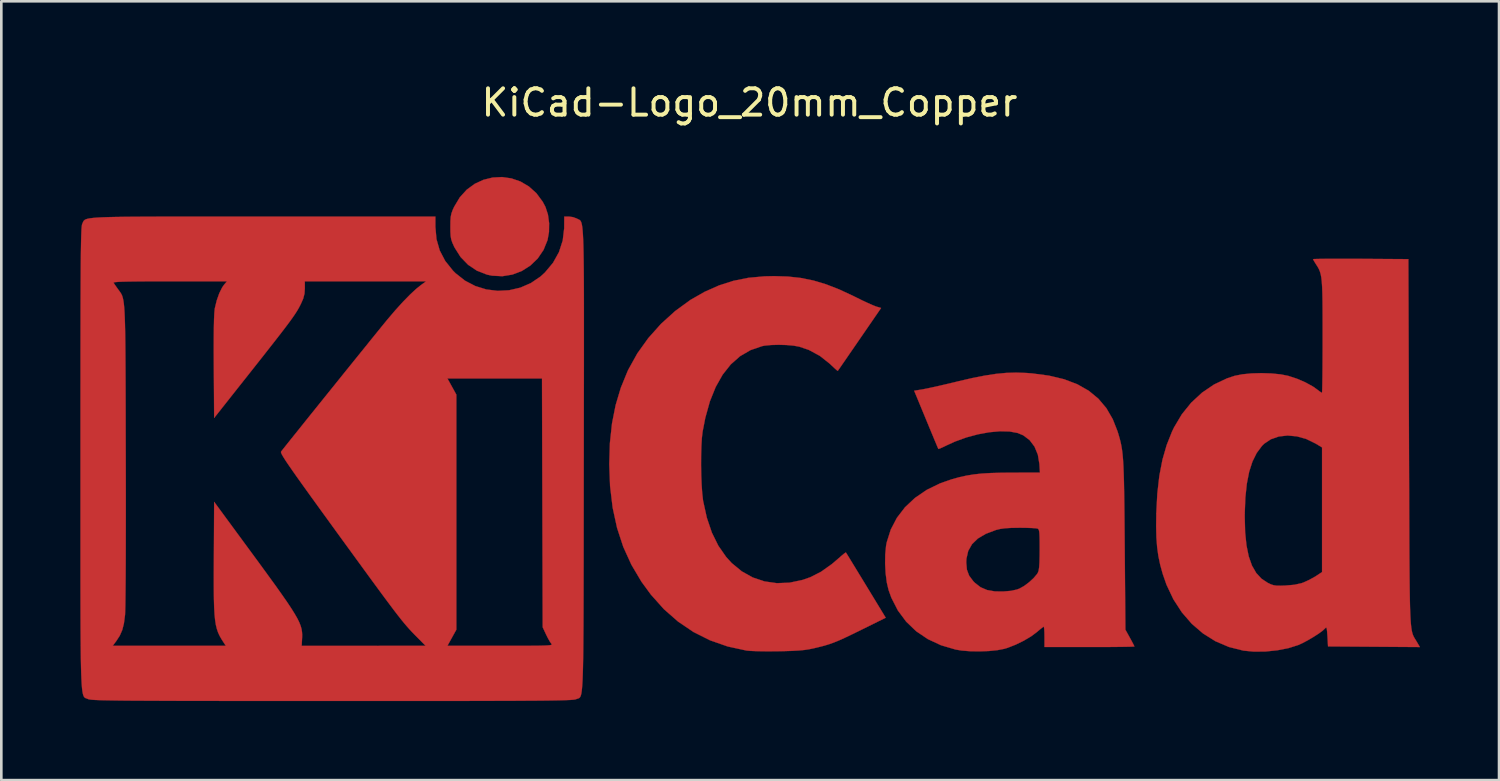
<source format=kicad_pcb>
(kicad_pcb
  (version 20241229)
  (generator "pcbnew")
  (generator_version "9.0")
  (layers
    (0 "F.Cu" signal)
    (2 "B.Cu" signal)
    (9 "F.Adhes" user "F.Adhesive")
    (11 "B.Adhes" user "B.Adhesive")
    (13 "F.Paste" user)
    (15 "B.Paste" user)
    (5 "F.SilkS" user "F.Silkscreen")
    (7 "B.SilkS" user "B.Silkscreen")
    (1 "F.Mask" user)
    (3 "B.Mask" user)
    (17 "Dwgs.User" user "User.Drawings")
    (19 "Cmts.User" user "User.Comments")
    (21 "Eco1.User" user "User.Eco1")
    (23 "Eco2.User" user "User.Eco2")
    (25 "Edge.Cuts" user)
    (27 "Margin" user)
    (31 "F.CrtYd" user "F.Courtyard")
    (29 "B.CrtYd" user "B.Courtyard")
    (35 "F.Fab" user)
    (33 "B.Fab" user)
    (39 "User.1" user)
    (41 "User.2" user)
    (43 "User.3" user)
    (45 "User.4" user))
  (footprint "KiCad-Logo_20mm_Copper"
    (layer "F.Cu")
    (at 25.405 13.548)
    (property "Reference" "KiCad-Logo_20mm_Copper" (at 0 -12.7 0) (layer "F.SilkS") (effects (font (size 1 1) (thickness 0.15))))
    (attr exclude_from_pos_files exclude_from_bom allow_missing_courtyard)
    (fp_poly (pts (xy -9.038 -9.825) (xy -8.696 -9.707) (xy -8.378 -9.52) (xy -8.094 -9.266) (xy -7.854 -8.943) (xy -7.746 -8.74) (xy -7.653 -8.455) (xy -7.608 -8.127) (xy -7.613 -7.79) (xy -7.668 -7.484) (xy -7.82 -7.11) (xy -8.04 -6.786) (xy -8.318 -6.518) (xy -8.641 -6.312) (xy -8.999 -6.175) (xy -9.381 -6.112) (xy -9.775 -6.132) (xy -9.969 -6.173) (xy -10.347 -6.32) (xy -10.683 -6.545) (xy -10.969 -6.84) (xy -11.196 -7.198) (xy -11.216 -7.238) (xy -11.282 -7.385) (xy -11.324 -7.508) (xy -11.346 -7.639) (xy -11.356 -7.807) (xy -11.357 -7.989) (xy -11.355 -8.208) (xy -11.343 -8.366) (xy -11.317 -8.494) (xy -11.271 -8.622) (xy -11.213 -8.748) (xy -10.999 -9.106) (xy -10.735 -9.397) (xy -10.432 -9.619) (xy -10.101 -9.772) (xy -9.751 -9.858) (xy -9.393 -9.876) (xy -9.038 -9.825)) (stroke (width 0.01) (type solid)) (fill yes) (layer "F.Cu"))
    (fp_poly (pts (xy 1.459 -6.099) (xy 1.95 -6.045) (xy 2.425 -5.949) (xy 2.905 -5.805) (xy 3.408 -5.609) (xy 3.953 -5.355) (xy 4.052 -5.306) (xy 4.277 -5.195) (xy 4.49 -5.095) (xy 4.669 -5.016) (xy 4.793 -4.966) (xy 4.812 -4.96) (xy 4.995 -4.905) (xy 4.177 -3.716) (xy 3.977 -3.425) (xy 3.794 -3.16) (xy 3.635 -2.928) (xy 3.505 -2.74) (xy 3.411 -2.604) (xy 3.359 -2.529) (xy 3.35 -2.517) (xy 3.316 -2.541) (xy 3.231 -2.616) (xy 3.112 -2.727) (xy 3.046 -2.79) (xy 2.671 -3.087) (xy 2.251 -3.314) (xy 1.889 -3.437) (xy 1.672 -3.476) (xy 1.399 -3.5) (xy 1.105 -3.508) (xy 0.819 -3.5) (xy 0.574 -3.476) (xy 0.477 -3.457) (xy 0.037 -3.306) (xy -0.359 -3.075) (xy -0.712 -2.764) (xy -1.02 -2.375) (xy -1.284 -1.907) (xy -1.504 -1.362) (xy -1.678 -0.738) (xy -1.782 -0.205) (xy -1.809 0.031) (xy -1.827 0.335) (xy -1.837 0.686) (xy -1.839 1.062) (xy -1.833 1.442) (xy -1.818 1.802) (xy -1.796 2.122) (xy -1.767 2.38) (xy -1.761 2.42) (xy -1.62 3.06) (xy -1.428 3.626) (xy -1.183 4.122) (xy -0.885 4.549) (xy -0.674 4.78) (xy -0.294 5.093) (xy 0.122 5.325) (xy 0.569 5.475) (xy 1.038 5.542) (xy 1.522 5.523) (xy 2.016 5.418) (xy 2.307 5.316) (xy 2.711 5.111) (xy 3.127 4.816) (xy 3.36 4.617) (xy 3.491 4.502) (xy 3.593 4.418) (xy 3.652 4.377) (xy 3.659 4.376) (xy 3.685 4.417) (xy 3.753 4.527) (xy 3.856 4.696) (xy 3.99 4.915) (xy 4.147 5.173) (xy 4.324 5.462) (xy 4.422 5.623) (xy 5.171 6.854) (xy 4.236 7.316) (xy 3.897 7.482) (xy 3.623 7.613) (xy 3.397 7.715) (xy 3.201 7.795) (xy 3.019 7.86) (xy 2.835 7.916) (xy 2.631 7.968) (xy 2.435 8.015) (xy 2.261 8.051) (xy 2.08 8.078) (xy 1.872 8.098) (xy 1.62 8.112) (xy 1.305 8.122) (xy 1.092 8.126) (xy 0.79 8.129) (xy 0.499 8.128) (xy 0.241 8.122) (xy 0.033 8.113) (xy -0.105 8.101) (xy -0.113 8.1) (xy -0.828 7.945) (xy -1.499 7.711) (xy -2.127 7.396) (xy -2.71 7.002) (xy -3.25 6.529) (xy -3.744 5.976) (xy -4.103 5.485) (xy -4.484 4.842) (xy -4.793 4.163) (xy -5.029 3.443) (xy -5.196 2.675) (xy -5.294 1.855) (xy -5.325 1.023) (xy -5.3 0.218) (xy -5.22 -0.525) (xy -5.083 -1.218) (xy -4.887 -1.874) (xy -4.629 -2.506) (xy -4.598 -2.571) (xy -4.258 -3.183) (xy -3.841 -3.764) (xy -3.358 -4.305) (xy -2.821 -4.791) (xy -2.243 -5.212) (xy -1.703 -5.52) (xy -1.158 -5.762) (xy -0.613 -5.937) (xy -0.044 -6.051) (xy 0.567 -6.107) (xy 0.933 -6.115) (xy 1.459 -6.099)) (stroke (width 0.01) (type solid)) (fill yes) (layer "F.Cu"))
    (fp_poly (pts (xy 22.685 -6.774) (xy 23.072 -6.772) (xy 23.204 -6.772) (xy 25.013 -6.76) (xy 25.036 0.182) (xy 25.039 1.123) (xy 25.042 1.978) (xy 25.044 2.751) (xy 25.047 3.445) (xy 25.049 4.067) (xy 25.052 4.619) (xy 25.056 5.107) (xy 25.06 5.535) (xy 25.065 5.907) (xy 25.071 6.228) (xy 25.078 6.502) (xy 25.087 6.734) (xy 25.097 6.928) (xy 25.109 7.088) (xy 25.123 7.219) (xy 25.139 7.325) (xy 25.157 7.411) (xy 25.178 7.482) (xy 25.201 7.54) (xy 25.227 7.592) (xy 25.255 7.641) (xy 25.287 7.692) (xy 25.322 7.749) (xy 25.329 7.761) (xy 25.45 7.967) (xy 21.963 7.943) (xy 21.941 7.56) (xy 21.928 7.376) (xy 21.915 7.27) (xy 21.898 7.228) (xy 21.871 7.237) (xy 21.849 7.261) (xy 21.754 7.349) (xy 21.598 7.463) (xy 21.403 7.588) (xy 21.192 7.712) (xy 20.987 7.82) (xy 20.83 7.891) (xy 20.46 8.008) (xy 20.037 8.09) (xy 19.59 8.136) (xy 19.152 8.141) (xy 18.753 8.103) (xy 18.746 8.101) (xy 18.2 7.964) (xy 17.689 7.746) (xy 17.218 7.451) (xy 16.791 7.085) (xy 16.415 6.651) (xy 16.092 6.154) (xy 15.83 5.6) (xy 15.687 5.189) (xy 15.592 4.846) (xy 15.522 4.513) (xy 15.475 4.171) (xy 15.447 3.8) (xy 15.437 3.378) (xy 15.442 3.034) (xy 18.801 3.034) (xy 18.816 3.611) (xy 18.867 4.107) (xy 18.953 4.528) (xy 19.076 4.876) (xy 19.238 5.157) (xy 19.44 5.375) (xy 19.674 5.529) (xy 19.796 5.587) (xy 19.901 5.621) (xy 20.019 5.637) (xy 20.177 5.638) (xy 20.347 5.632) (xy 20.682 5.603) (xy 20.947 5.545) (xy 21.03 5.516) (xy 21.22 5.43) (xy 21.421 5.323) (xy 21.508 5.269) (xy 21.736 5.12) (xy 21.736 0.388) (xy 21.485 0.238) (xy 21.136 0.068) (xy 20.779 -0.032) (xy 20.428 -0.064) (xy 20.095 -0.027) (xy 19.794 0.077) (xy 19.538 0.248) (xy 19.455 0.33) (xy 19.255 0.599) (xy 19.094 0.924) (xy 18.969 1.312) (xy 18.88 1.767) (xy 18.824 2.296) (xy 18.801 2.903) (xy 18.801 3.034) (xy 15.442 3.034) (xy 15.443 2.891) (xy 15.482 2.142) (xy 15.559 1.466) (xy 15.677 0.854) (xy 15.838 0.295) (xy 16.043 -0.219) (xy 16.117 -0.372) (xy 16.413 -0.87) (xy 16.77 -1.312) (xy 17.18 -1.691) (xy 17.636 -2.001) (xy 18.128 -2.234) (xy 18.422 -2.331) (xy 18.712 -2.388) (xy 19.06 -2.422) (xy 19.438 -2.432) (xy 19.817 -2.42) (xy 20.166 -2.385) (xy 20.447 -2.33) (xy 20.781 -2.221) (xy 21.105 -2.081) (xy 21.389 -1.925) (xy 21.54 -1.818) (xy 21.644 -1.739) (xy 21.716 -1.691) (xy 21.733 -1.684) (xy 21.738 -1.728) (xy 21.743 -1.854) (xy 21.747 -2.054) (xy 21.751 -2.318) (xy 21.754 -2.637) (xy 21.756 -3.002) (xy 21.758 -3.406) (xy 21.758 -3.816) (xy 21.758 -4.343) (xy 21.757 -4.786) (xy 21.754 -5.156) (xy 21.748 -5.46) (xy 21.739 -5.706) (xy 21.726 -5.905) (xy 21.708 -6.063) (xy 21.684 -6.189) (xy 21.654 -6.292) (xy 21.617 -6.381) (xy 21.572 -6.463) (xy 21.518 -6.548) (xy 21.511 -6.558) (xy 21.442 -6.668) (xy 21.4 -6.743) (xy 21.394 -6.759) (xy 21.438 -6.764) (xy 21.563 -6.768) (xy 21.76 -6.771) (xy 22.019 -6.773) (xy 22.331 -6.774) (xy 22.685 -6.774)) (stroke (width 0.01) (type solid)) (fill yes) (layer "F.Cu"))
    (fp_poly (pts (xy 10.502 -2.439) (xy 10.727 -2.422) (xy 11.372 -2.336) (xy 11.944 -2.2) (xy 12.444 -2.01) (xy 12.876 -1.765) (xy 13.243 -1.463) (xy 13.547 -1.103) (xy 13.791 -0.683) (xy 13.97 -0.228) (xy 14.015 -0.082) (xy 14.054 0.054) (xy 14.088 0.188) (xy 14.117 0.327) (xy 14.142 0.479) (xy 14.163 0.651) (xy 14.18 0.851) (xy 14.194 1.085) (xy 14.205 1.362) (xy 14.215 1.687) (xy 14.222 2.069) (xy 14.229 2.516) (xy 14.235 3.033) (xy 14.24 3.629) (xy 14.244 4.097) (xy 14.27 7.306) (xy 14.441 7.615) (xy 14.522 7.764) (xy 14.582 7.879) (xy 14.611 7.941) (xy 14.612 7.945) (xy 14.568 7.95) (xy 14.443 7.954) (xy 14.247 7.958) (xy 13.99 7.961) (xy 13.681 7.964) (xy 13.331 7.965) (xy 12.95 7.966) (xy 12.905 7.966) (xy 11.198 7.966) (xy 11.198 7.579) (xy 11.195 7.404) (xy 11.187 7.27) (xy 11.176 7.199) (xy 11.171 7.192) (xy 11.126 7.22) (xy 11.033 7.293) (xy 10.912 7.395) (xy 10.909 7.398) (xy 10.689 7.562) (xy 10.41 7.727) (xy 10.105 7.876) (xy 9.805 7.994) (xy 9.673 8.034) (xy 9.41 8.085) (xy 9.087 8.118) (xy 8.735 8.131) (xy 8.381 8.126) (xy 8.057 8.1) (xy 7.829 8.063) (xy 7.272 7.899) (xy 6.771 7.666) (xy 6.328 7.367) (xy 5.948 7.003) (xy 5.633 6.579) (xy 5.386 6.096) (xy 5.28 5.804) (xy 5.213 5.519) (xy 5.169 5.178) (xy 5.148 4.811) (xy 5.149 4.757) (xy 8.228 4.757) (xy 8.253 5.03) (xy 8.338 5.257) (xy 8.495 5.467) (xy 8.556 5.529) (xy 8.77 5.695) (xy 9.018 5.802) (xy 9.315 5.854) (xy 9.628 5.858) (xy 9.925 5.833) (xy 10.152 5.783) (xy 10.251 5.746) (xy 10.428 5.646) (xy 10.617 5.504) (xy 10.789 5.345) (xy 10.917 5.193) (xy 10.951 5.137) (xy 10.977 5.059) (xy 10.996 4.934) (xy 11.008 4.751) (xy 11.014 4.498) (xy 11.016 4.257) (xy 11.015 3.976) (xy 11.011 3.773) (xy 11.004 3.634) (xy 10.991 3.547) (xy 10.972 3.498) (xy 10.945 3.473) (xy 10.936 3.469) (xy 10.863 3.457) (xy 10.718 3.448) (xy 10.521 3.441) (xy 10.292 3.438) (xy 10.242 3.438) (xy 9.936 3.443) (xy 9.699 3.457) (xy 9.511 3.484) (xy 9.356 3.522) (xy 8.97 3.668) (xy 8.668 3.847) (xy 8.447 4.062) (xy 8.303 4.317) (xy 8.235 4.613) (xy 8.228 4.757) (xy 5.149 4.757) (xy 5.153 4.45) (xy 5.184 4.126) (xy 5.208 3.995) (xy 5.361 3.51) (xy 5.594 3.063) (xy 5.903 2.66) (xy 6.283 2.304) (xy 6.729 1.999) (xy 7.238 1.751) (xy 7.67 1.6) (xy 7.959 1.52) (xy 8.235 1.459) (xy 8.517 1.413) (xy 8.822 1.38) (xy 9.168 1.36) (xy 9.573 1.349) (xy 9.94 1.346) (xy 11.026 1.343) (xy 11.005 1.016) (xy 10.946 0.662) (xy 10.82 0.358) (xy 10.633 0.11) (xy 10.391 -0.072) (xy 10.177 -0.161) (xy 9.87 -0.217) (xy 9.506 -0.225) (xy 9.1 -0.188) (xy 8.67 -0.109) (xy 8.232 0.009) (xy 7.805 0.164) (xy 7.495 0.305) (xy 7.345 0.377) (xy 7.231 0.428) (xy 7.173 0.447) (xy 7.17 0.447) (xy 7.15 0.403) (xy 7.1 0.285) (xy 7.025 0.106) (xy 6.93 -0.123) (xy 6.818 -0.392) (xy 6.705 -0.666) (xy 6.251 -1.764) (xy 6.574 -1.817) (xy 6.714 -1.844) (xy 6.924 -1.889) (xy 7.186 -1.947) (xy 7.483 -2.016) (xy 7.796 -2.09) (xy 7.92 -2.121) (xy 8.46 -2.246) (xy 8.932 -2.339) (xy 9.355 -2.404) (xy 9.745 -2.441) (xy 10.122 -2.452) (xy 10.502 -2.439)) (stroke (width 0.01) (type solid)) (fill yes) (layer "F.Cu"))
    (fp_poly (pts (xy -19.746 -8.376) (xy -18.869 -8.376) (xy -18.461 -8.376) (xy -11.926 -8.376) (xy -11.926 -7.99) (xy -11.885 -7.522) (xy -11.761 -7.089) (xy -11.553 -6.691) (xy -11.259 -6.324) (xy -11.16 -6.225) (xy -10.803 -5.943) (xy -10.409 -5.738) (xy -9.991 -5.609) (xy -9.559 -5.556) (xy -9.126 -5.579) (xy -8.702 -5.677) (xy -8.301 -5.851) (xy -7.933 -6.101) (xy -7.768 -6.252) (xy -7.46 -6.621) (xy -7.234 -7.027) (xy -7.092 -7.466) (xy -7.036 -7.931) (xy -7.036 -7.977) (xy -7.033 -8.376) (xy -6.858 -8.376) (xy -6.702 -8.355) (xy -6.561 -8.303) (xy -6.551 -8.298) (xy -6.519 -8.281) (xy -6.49 -8.268) (xy -6.463 -8.255) (xy -6.438 -8.238) (xy -6.416 -8.214) (xy -6.396 -8.178) (xy -6.378 -8.127) (xy -6.362 -8.057) (xy -6.348 -7.964) (xy -6.336 -7.845) (xy -6.325 -7.695) (xy -6.316 -7.512) (xy -6.308 -7.29) (xy -6.302 -7.027) (xy -6.297 -6.719) (xy -6.293 -6.361) (xy -6.29 -5.951) (xy -6.288 -5.484) (xy -6.287 -4.957) (xy -6.287 -4.365) (xy -6.287 -3.705) (xy -6.287 -2.974) (xy -6.288 -2.167) (xy -6.29 -1.281) (xy -6.291 -0.312) (xy -6.292 0.744) (xy -6.293 0.873) (xy -6.294 1.935) (xy -6.295 2.911) (xy -6.296 3.803) (xy -6.297 4.615) (xy -6.299 5.352) (xy -6.3 6.016) (xy -6.302 6.611) (xy -6.304 7.142) (xy -6.308 7.613) (xy -6.311 8.026) (xy -6.316 8.385) (xy -6.322 8.695) (xy -6.329 8.96) (xy -6.337 9.182) (xy -6.347 9.366) (xy -6.358 9.515) (xy -6.37 9.634) (xy -6.384 9.726) (xy -6.401 9.795) (xy -6.419 9.844) (xy -6.439 9.877) (xy -6.462 9.899) (xy -6.486 9.913) (xy -6.514 9.922) (xy -6.544 9.931) (xy -6.576 9.942) (xy -6.584 9.946) (xy -6.609 9.954) (xy -6.651 9.962) (xy -6.713 9.968) (xy -6.8 9.975) (xy -6.914 9.98) (xy -7.06 9.985) (xy -7.241 9.99) (xy -7.46 9.994) (xy -7.722 9.998) (xy -8.03 10.001) (xy -8.388 10.003) (xy -8.8 10.006) (xy -9.268 10.008) (xy -9.797 10.009) (xy -10.39 10.011) (xy -11.051 10.012) (xy -11.784 10.012) (xy -12.593 10.013) (xy -13.48 10.013) (xy -14.45 10.013) (xy -15.506 10.013) (xy -15.848 10.013) (xy -16.927 10.013) (xy -17.919 10.013) (xy -18.828 10.012) (xy -19.656 10.012) (xy -20.409 10.011) (xy -21.089 10.01) (xy -21.699 10.009) (xy -22.245 10.007) (xy -22.73 10.005) (xy -23.156 10.003) (xy -23.529 10.001) (xy -23.851 9.998) (xy -24.126 9.994) (xy -24.359 9.99) (xy -24.552 9.986) (xy -24.709 9.981) (xy -24.835 9.976) (xy -24.933 9.97) (xy -25.006 9.963) (xy -25.058 9.956) (xy -25.093 9.948) (xy -25.112 9.941) (xy -25.146 9.927) (xy -25.178 9.916) (xy -25.206 9.905) (xy -25.232 9.891) (xy -25.256 9.869) (xy -25.277 9.836) (xy -25.296 9.788) (xy -25.313 9.721) (xy -25.329 9.631) (xy -25.342 9.515) (xy -25.353 9.369) (xy -25.363 9.189) (xy -25.372 8.972) (xy -25.379 8.713) (xy -25.385 8.409) (xy -25.389 8.056) (xy -25.39 7.92) (xy -24.176 7.92) (xy -19.882 7.92) (xy -19.964 7.795) (xy -20.046 7.667) (xy -20.116 7.544) (xy -20.174 7.419) (xy -20.221 7.283) (xy -20.259 7.128) (xy -20.288 6.944) (xy -20.31 6.724) (xy -20.325 6.458) (xy -20.334 6.138) (xy -20.338 5.757) (xy -20.339 5.304) (xy -20.337 4.771) (xy -20.336 4.573) (xy -20.325 2.454) (xy -18.982 4.282) (xy -18.601 4.8) (xy -18.272 5.252) (xy -17.989 5.642) (xy -17.751 5.978) (xy -17.552 6.264) (xy -17.39 6.508) (xy -17.262 6.714) (xy -17.162 6.889) (xy -17.089 7.039) (xy -17.038 7.17) (xy -17.006 7.287) (xy -16.989 7.398) (xy -16.983 7.507) (xy -16.986 7.621) (xy -16.987 7.635) (xy -17.002 7.921) (xy -14.649 7.921) (xy -12.296 7.92) (xy -12.646 7.567) (xy -12.741 7.471) (xy -12.831 7.377) (xy -12.92 7.281) (xy -13.012 7.176) (xy -13.112 7.059) (xy -13.222 6.924) (xy -13.347 6.765) (xy -13.491 6.578) (xy -13.657 6.357) (xy -13.851 6.098) (xy -14.075 5.794) (xy -14.334 5.441) (xy -14.631 5.034) (xy -14.971 4.567) (xy -15.358 4.036) (xy -15.675 3.6) (xy -16.072 3.052) (xy -16.419 2.573) (xy -16.718 2.159) (xy -16.973 1.804) (xy -17.187 1.504) (xy -17.362 1.255) (xy -17.502 1.052) (xy -17.611 0.891) (xy -17.69 0.766) (xy -17.744 0.674) (xy -17.776 0.61) (xy -17.788 0.569) (xy -17.784 0.548) (xy -17.74 0.491) (xy -17.644 0.37) (xy -17.503 0.193) (xy -17.322 -0.033) (xy -17.106 -0.302) (xy -16.863 -0.606) (xy -16.597 -0.937) (xy -16.314 -1.289) (xy -16.02 -1.654) (xy -15.72 -2.026) (xy -15.556 -2.23) (xy -11.469 -2.23) (xy -11.13 -1.616) (xy -11.13 7.306) (xy -11.469 7.92) (xy -9.46 7.92) (xy -8.981 7.92) (xy -8.584 7.92) (xy -8.264 7.918) (xy -8.012 7.916) (xy -7.821 7.912) (xy -7.683 7.906) (xy -7.59 7.898) (xy -7.536 7.888) (xy -7.512 7.875) (xy -7.51 7.859) (xy -7.524 7.84) (xy -7.524 7.84) (xy -7.582 7.757) (xy -7.658 7.622) (xy -7.725 7.487) (xy -7.852 7.215) (xy -7.865 2.492) (xy -7.878 -2.23) (xy -11.469 -2.23) (xy -15.556 -2.23) (xy -15.422 -2.397) (xy -15.129 -2.76) (xy -14.849 -3.107) (xy -14.586 -3.432) (xy -14.348 -3.728) (xy -14.138 -3.987) (xy -13.964 -4.202) (xy -13.831 -4.365) (xy -13.752 -4.461) (xy -13.448 -4.818) (xy -13.156 -5.14) (xy -12.885 -5.417) (xy -12.646 -5.638) (xy -12.477 -5.773) (xy -12.277 -5.918) (xy -16.883 -5.918) (xy -16.882 -5.647) (xy -16.895 -5.449) (xy -16.943 -5.264) (xy -17.018 -5.09) (xy -17.067 -4.991) (xy -17.119 -4.893) (xy -17.18 -4.79) (xy -17.254 -4.674) (xy -17.346 -4.54) (xy -17.461 -4.381) (xy -17.603 -4.191) (xy -17.778 -3.962) (xy -17.99 -3.689) (xy -18.244 -3.365) (xy -18.544 -2.983) (xy -18.896 -2.537) (xy -18.936 -2.487) (xy -20.325 -0.731) (xy -20.338 -2.676) (xy -20.341 -3.258) (xy -20.34 -3.751) (xy -20.336 -4.157) (xy -20.329 -4.476) (xy -20.318 -4.711) (xy -20.304 -4.862) (xy -20.3 -4.891) (xy -20.226 -5.195) (xy -20.129 -5.468) (xy -20.019 -5.688) (xy -19.953 -5.782) (xy -19.839 -5.918) (xy -22.007 -5.918) (xy -22.525 -5.917) (xy -22.957 -5.916) (xy -23.312 -5.913) (xy -23.594 -5.909) (xy -23.81 -5.904) (xy -23.967 -5.897) (xy -24.07 -5.888) (xy -24.127 -5.877) (xy -24.143 -5.864) (xy -24.142 -5.861) (xy -24.096 -5.791) (xy -24.019 -5.681) (xy -23.98 -5.626) (xy -23.938 -5.57) (xy -23.902 -5.52) (xy -23.869 -5.472) (xy -23.839 -5.419) (xy -23.813 -5.358) (xy -23.791 -5.283) (xy -23.771 -5.189) (xy -23.754 -5.072) (xy -23.74 -4.927) (xy -23.728 -4.748) (xy -23.718 -4.532) (xy -23.71 -4.272) (xy -23.703 -3.964) (xy -23.698 -3.604) (xy -23.694 -3.186) (xy -23.691 -2.706) (xy -23.688 -2.158) (xy -23.686 -1.537) (xy -23.684 -0.84) (xy -23.683 -0.061) (xy -23.681 0.656) (xy -23.679 1.454) (xy -23.678 2.216) (xy -23.678 2.936) (xy -23.679 3.61) (xy -23.68 4.232) (xy -23.682 4.799) (xy -23.685 5.304) (xy -23.689 5.744) (xy -23.693 6.113) (xy -23.697 6.406) (xy -23.703 6.619) (xy -23.708 6.746) (xy -23.71 6.76) (xy -23.75 7.069) (xy -23.813 7.318) (xy -23.908 7.535) (xy -24.047 7.749) (xy -24.065 7.772) (xy -24.176 7.92) (xy -25.39 7.92) (xy -25.393 7.65) (xy -25.396 7.188) (xy -25.398 6.666) (xy -25.399 6.079) (xy -25.4 5.425) (xy -25.4 4.7) (xy -25.4 3.899) (xy -25.4 3.019) (xy -25.4 2.056) (xy -25.4 1.007) (xy -25.4 0.799) (xy -25.4 -0.261) (xy -25.4 -1.234) (xy -25.399 -2.124) (xy -25.399 -2.933) (xy -25.398 -3.667) (xy -25.397 -4.328) (xy -25.396 -4.921) (xy -25.394 -5.448) (xy -25.392 -5.915) (xy -25.39 -6.324) (xy -25.387 -6.679) (xy -25.384 -6.985) (xy -25.38 -7.244) (xy -25.376 -7.461) (xy -25.371 -7.639) (xy -25.366 -7.782) (xy -25.361 -7.894) (xy -25.354 -7.978) (xy -25.347 -8.039) (xy -25.34 -8.079) (xy -25.331 -8.103) (xy -25.331 -8.104) (xy -25.314 -8.141) (xy -25.3 -8.174) (xy -25.284 -8.204) (xy -25.262 -8.231) (xy -25.23 -8.255) (xy -25.183 -8.277) (xy -25.118 -8.295) (xy -25.029 -8.311) (xy -24.912 -8.325) (xy -24.763 -8.337) (xy -24.577 -8.347) (xy -24.35 -8.355) (xy -24.079 -8.361) (xy -23.757 -8.366) (xy -23.381 -8.37) (xy -22.947 -8.372) (xy -22.45 -8.374) (xy -21.886 -8.375) (xy -21.25 -8.376) (xy -20.538 -8.376) (xy -19.746 -8.376)) (stroke (width 0.01) (type solid)) (fill yes) (layer "F.Cu")))
  (gr_rect
    (start -3 -3)
    (end 53.86 26.567)
    (stroke (width 0.1) (type default))
    (fill no)
    (layer "Edge.Cuts")))
</source>
